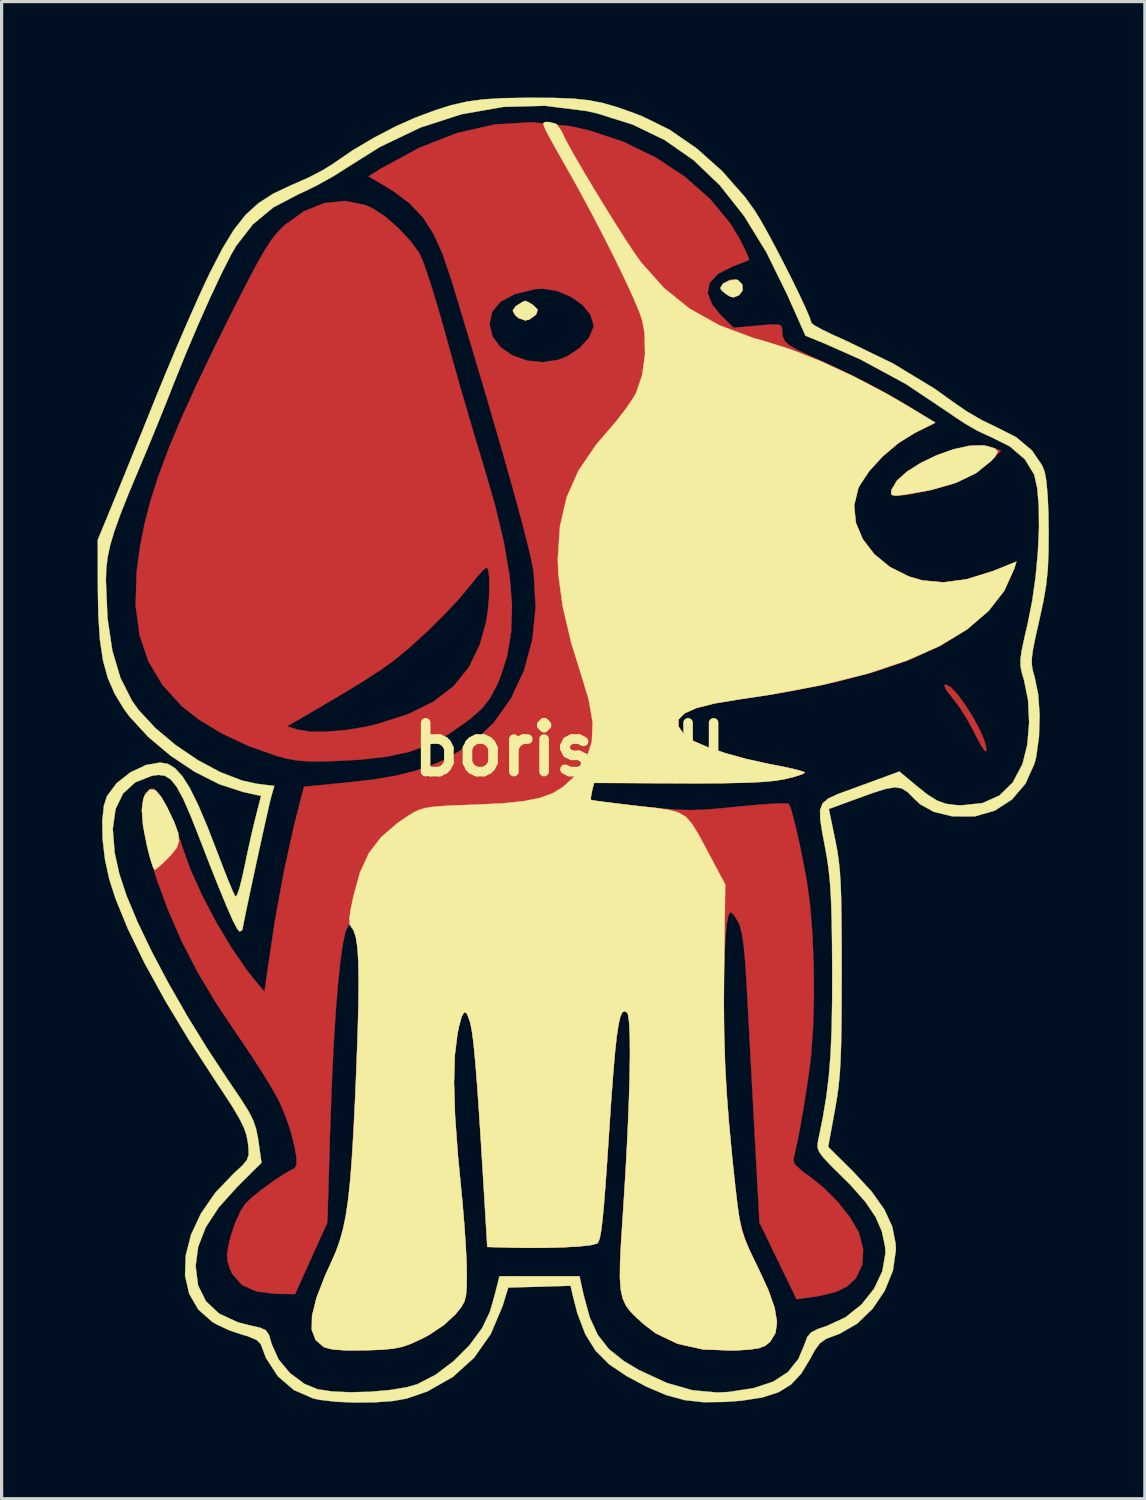
<source format=kicad_pcb>
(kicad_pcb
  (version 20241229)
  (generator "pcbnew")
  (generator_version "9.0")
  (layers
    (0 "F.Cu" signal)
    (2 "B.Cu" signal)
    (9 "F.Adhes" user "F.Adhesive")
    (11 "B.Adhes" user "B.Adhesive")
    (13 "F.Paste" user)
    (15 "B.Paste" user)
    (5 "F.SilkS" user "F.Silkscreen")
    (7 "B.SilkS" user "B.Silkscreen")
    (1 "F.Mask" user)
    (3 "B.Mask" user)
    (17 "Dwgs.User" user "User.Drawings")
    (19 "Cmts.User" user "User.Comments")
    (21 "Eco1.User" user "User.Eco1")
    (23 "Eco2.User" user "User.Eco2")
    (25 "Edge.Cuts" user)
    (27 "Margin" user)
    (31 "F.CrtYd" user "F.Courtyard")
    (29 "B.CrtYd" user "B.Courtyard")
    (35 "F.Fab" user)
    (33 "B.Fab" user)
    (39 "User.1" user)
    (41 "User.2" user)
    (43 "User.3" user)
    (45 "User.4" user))
  (footprint "boris all"
    (layer "F.Cu")
    (at 14.788 20.374)
    (property "Reference" "boris all" (at 0 0 0) (layer "F.SilkS") (effects (font (size 1.524 1.524) (thickness 0.3))))
    (attr through_hole)
    (fp_poly (pts (xy 5.17 -14.685) (xy 5.339 -14.555) (xy 5.377 -14.369) (xy 5.276 -14.211) (xy 5.224 -14.184) (xy 5.08 -14.134) (xy 4.984 -14.152) (xy 4.829 -14.262) (xy 4.82 -14.269) (xy 4.686 -14.393) (xy 4.715 -14.503) (xy 4.789 -14.584) (xy 5.028 -14.702) (xy 5.17 -14.685)) (stroke (width 0.01) (type solid)) (fill yes) (layer "F.Cu"))
    (fp_poly (pts (xy -1.3 -13.967) (xy -1.166 -13.879) (xy -1.037 -13.749) (xy -1.074 -13.619) (xy -1.108 -13.575) (xy -1.301 -13.438) (xy -1.422 -13.411) (xy -1.632 -13.484) (xy -1.736 -13.575) (xy -1.814 -13.719) (xy -1.729 -13.841) (xy -1.679 -13.879) (xy -1.504 -13.99) (xy -1.422 -14.021) (xy -1.3 -13.967)) (stroke (width 0.01) (type solid)) (fill yes) (layer "F.Cu"))
    (fp_poly (pts (xy 11.878 -1.946) (xy 12.09 -1.719) (xy 12.329 -1.394) (xy 12.565 -1.018) (xy 12.772 -0.635) (xy 12.923 -0.29) (xy 12.99 -0.028) (xy 12.986 0.047) (xy 12.932 0.032) (xy 12.818 -0.135) (xy 12.666 -0.419) (xy 12.632 -0.49) (xy 12.409 -0.907) (xy 12.151 -1.317) (xy 11.938 -1.6) (xy 11.731 -1.867) (xy 11.677 -2.009) (xy 11.718 -2.032) (xy 11.878 -1.946)) (stroke (width 0.01) (type solid)) (fill yes) (layer "F.Cu"))
    (fp_poly (pts (xy 13.147 -9.453) (xy 13.443 -9.34) (xy 13.147 -9.029) (xy 12.629 -8.622) (xy 11.934 -8.3) (xy 11.149 -8.085) (xy 10.645 -7.986) (xy 10.309 -7.936) (xy 10.113 -7.937) (xy 10.026 -7.989) (xy 10.021 -8.094) (xy 10.029 -8.129) (xy 10.195 -8.413) (xy 10.518 -8.699) (xy 10.953 -8.969) (xy 11.456 -9.204) (xy 11.981 -9.384) (xy 12.484 -9.49) (xy 12.92 -9.503) (xy 13.147 -9.453)) (stroke (width 0.01) (type solid)) (fill yes) (layer "F.Cu"))
    (fp_poly (pts (xy -6.438 -17.021) (xy -6.184 -16.909) (xy -5.793 -16.65) (xy -5.372 -16.28) (xy -4.989 -15.868) (xy -4.727 -15.5) (xy -4.629 -15.277) (xy -4.492 -14.895) (xy -4.328 -14.389) (xy -4.149 -13.796) (xy -3.966 -13.154) (xy -3.925 -13.005) (xy -3.704 -12.206) (xy -3.449 -11.308) (xy -3.182 -10.39) (xy -2.926 -9.529) (xy -2.753 -8.965) (xy -2.368 -7.637) (xy -2.088 -6.462) (xy -1.912 -5.423) (xy -1.838 -4.498) (xy -1.865 -3.668) (xy -1.993 -2.914) (xy -2.219 -2.217) (xy -2.324 -1.976) (xy -2.533 -1.59) (xy -2.781 -1.279) (xy -3.13 -0.971) (xy -3.262 -0.868) (xy -3.857 -0.459) (xy -4.441 -0.149) (xy -5.06 0.074) (xy -5.76 0.225) (xy -6.587 0.317) (xy -7.197 0.352) (xy -7.777 0.371) (xy -8.213 0.369) (xy -8.56 0.341) (xy -8.878 0.283) (xy -9.195 0.198) (xy -10.059 -0.106) (xy -10.885 -0.493) (xy -11.273 -0.726) (xy -8.873 -0.726) (xy -8.526 -0.62) (xy -8.143 -0.559) (xy -7.623 -0.558) (xy -7.023 -0.61) (xy -6.401 -0.713) (xy -6.043 -0.797) (xy -5.078 -1.108) (xy -4.292 -1.496) (xy -3.669 -1.974) (xy -3.193 -2.557) (xy -2.85 -3.259) (xy -2.655 -3.945) (xy -2.595 -4.311) (xy -2.557 -4.714) (xy -2.543 -5.102) (xy -2.553 -5.427) (xy -2.587 -5.637) (xy -2.629 -5.69) (xy -2.732 -5.614) (xy -2.913 -5.417) (xy -3.122 -5.156) (xy -3.485 -4.719) (xy -3.96 -4.212) (xy -4.492 -3.687) (xy -5.029 -3.197) (xy -5.518 -2.792) (xy -5.588 -2.739) (xy -5.957 -2.478) (xy -6.441 -2.164) (xy -7.058 -1.786) (xy -7.826 -1.331) (xy -8.424 -0.984) (xy -8.873 -0.726) (xy -11.273 -0.726) (xy -11.618 -0.933) (xy -12.166 -1.364) (xy -12.764 -2.024) (xy -13.199 -2.756) (xy -13.476 -3.575) (xy -13.599 -4.495) (xy -13.57 -5.533) (xy -13.459 -6.362) (xy -13.317 -7.069) (xy -13.126 -7.799) (xy -12.878 -8.573) (xy -12.563 -9.414) (xy -12.174 -10.345) (xy -11.702 -11.387) (xy -11.137 -12.564) (xy -10.67 -13.506) (xy -10.29 -14.256) (xy -9.984 -14.849) (xy -9.736 -15.308) (xy -9.533 -15.657) (xy -9.359 -15.922) (xy -9.199 -16.128) (xy -9.038 -16.298) (xy -8.939 -16.391) (xy -8.335 -16.824) (xy -7.7 -17.077) (xy -7.06 -17.144) (xy -6.438 -17.021)) (stroke (width 0.01) (type solid)) (fill yes) (layer "F.Cu"))
    (fp_poly (pts (xy -0.036 -19.483) (xy 0.572 -19.349) (xy 1.649 -18.99) (xy 2.657 -18.5) (xy 3.567 -17.898) (xy 4.351 -17.207) (xy 4.981 -16.445) (xy 5.269 -15.969) (xy 5.43 -15.652) (xy 5.539 -15.415) (xy 5.574 -15.304) (xy 5.572 -15.302) (xy 5.465 -15.255) (xy 5.229 -15.163) (xy 5.054 -15.097) (xy 4.599 -14.866) (xy 4.34 -14.587) (xy 4.278 -14.265) (xy 4.416 -13.906) (xy 4.675 -13.589) (xy 5.084 -13.18) (xy 5.844 -13.249) (xy 6.23 -13.281) (xy 6.457 -13.285) (xy 6.567 -13.25) (xy 6.602 -13.168) (xy 6.606 -13.085) (xy 6.621 -12.907) (xy 6.687 -12.764) (xy 6.833 -12.63) (xy 7.092 -12.482) (xy 7.495 -12.294) (xy 7.722 -12.194) (xy 8.472 -11.848) (xy 9.242 -11.463) (xy 9.973 -11.07) (xy 10.606 -10.701) (xy 10.894 -10.516) (xy 11.375 -10.195) (xy 10.753 -9.898) (xy 10.277 -9.608) (xy 9.799 -9.212) (xy 9.375 -8.763) (xy 9.06 -8.317) (xy 8.98 -8.157) (xy 8.853 -7.625) (xy 8.908 -7.087) (xy 9.125 -6.57) (xy 9.485 -6.101) (xy 9.971 -5.706) (xy 10.562 -5.413) (xy 10.998 -5.288) (xy 11.65 -5.229) (xy 12.355 -5.317) (xy 13.146 -5.559) (xy 13.316 -5.625) (xy 13.926 -5.872) (xy 13.859 -5.654) (xy 13.543 -4.968) (xy 13.04 -4.327) (xy 12.36 -3.742) (xy 11.516 -3.227) (xy 11.499 -3.218) (xy 10.583 -2.805) (xy 9.529 -2.439) (xy 8.322 -2.117) (xy 6.946 -1.834) (xy 5.386 -1.586) (xy 5.26 -1.569) (xy 4.494 -1.442) (xy 3.926 -1.297) (xy 3.552 -1.131) (xy 3.366 -0.939) (xy 3.364 -0.72) (xy 3.541 -0.47) (xy 3.581 -0.431) (xy 3.848 -0.259) (xy 4.278 -0.073) (xy 4.835 0.116) (xy 5.479 0.293) (xy 6.174 0.448) (xy 6.328 0.477) (xy 6.745 0.559) (xy 7.075 0.636) (xy 7.275 0.696) (xy 7.315 0.722) (xy 7.224 0.774) (xy 6.987 0.85) (xy 6.68 0.926) (xy 6.383 0.975) (xy 5.98 1.012) (xy 5.448 1.037) (xy 4.766 1.051) (xy 3.915 1.056) (xy 3.386 1.054) (xy 0.727 1.042) (xy 0.663 1.295) (xy 0.626 1.494) (xy 0.63 1.576) (xy 0.736 1.596) (xy 1.009 1.634) (xy 1.412 1.684) (xy 1.909 1.742) (xy 2.184 1.773) (xy 2.81 1.84) (xy 3.303 1.879) (xy 3.731 1.893) (xy 4.163 1.879) (xy 4.666 1.84) (xy 5.227 1.784) (xy 5.761 1.733) (xy 6.223 1.699) (xy 6.574 1.684) (xy 6.779 1.69) (xy 6.814 1.701) (xy 6.877 1.848) (xy 6.966 2.161) (xy 7.073 2.605) (xy 7.19 3.147) (xy 7.309 3.751) (xy 7.376 4.115) (xy 7.478 4.869) (xy 7.55 5.763) (xy 7.59 6.738) (xy 7.598 7.734) (xy 7.571 8.689) (xy 7.51 9.545) (xy 7.474 9.855) (xy 7.38 10.519) (xy 7.275 11.187) (xy 7.166 11.811) (xy 7.063 12.342) (xy 6.974 12.733) (xy 6.952 12.811) (xy 7.003 12.966) (xy 7.234 13.182) (xy 7.462 13.344) (xy 7.909 13.698) (xy 8.349 14.145) (xy 8.727 14.624) (xy 8.989 15.07) (xy 9.006 15.11) (xy 9.138 15.622) (xy 9.106 16.107) (xy 8.913 16.513) (xy 8.887 16.546) (xy 8.625 16.784) (xy 8.279 16.952) (xy 7.8 17.07) (xy 7.516 17.114) (xy 7.057 17.176) (xy 6.477 15.979) (xy 5.897 14.783) (xy 5.743 11.938) (xy 5.697 11.085) (xy 5.649 10.196) (xy 5.602 9.321) (xy 5.558 8.512) (xy 5.521 7.818) (xy 5.499 7.411) (xy 5.455 6.687) (xy 5.405 6.143) (xy 5.348 5.752) (xy 5.28 5.49) (xy 5.242 5.404) (xy 5.111 5.19) (xy 5.003 5.083) (xy 4.991 5.08) (xy 4.927 5.177) (xy 4.874 5.452) (xy 4.833 5.879) (xy 4.804 6.434) (xy 4.787 7.09) (xy 4.782 7.823) (xy 4.79 8.608) (xy 4.811 9.419) (xy 4.846 10.23) (xy 4.893 11.017) (xy 4.928 11.462) (xy 5.008 12.397) (xy 5.078 13.157) (xy 5.142 13.77) (xy 5.206 14.264) (xy 5.276 14.667) (xy 5.356 15.006) (xy 5.453 15.31) (xy 5.572 15.605) (xy 5.718 15.921) (xy 5.861 16.21) (xy 6.178 16.901) (xy 6.371 17.455) (xy 6.443 17.892) (xy 6.396 18.234) (xy 6.234 18.5) (xy 6.211 18.523) (xy 6.072 18.634) (xy 5.889 18.705) (xy 5.612 18.749) (xy 5.193 18.776) (xy 5.078 18.781) (xy 4.142 18.748) (xy 3.34 18.571) (xy 2.658 18.245) (xy 2.299 17.974) (xy 2.053 17.754) (xy 1.86 17.561) (xy 1.717 17.367) (xy 1.618 17.146) (xy 1.559 16.869) (xy 1.534 16.51) (xy 1.538 16.041) (xy 1.568 15.435) (xy 1.617 14.665) (xy 1.641 14.301) (xy 1.712 13.162) (xy 1.769 12.1) (xy 1.811 11.131) (xy 1.838 10.273) (xy 1.849 9.541) (xy 1.844 8.954) (xy 1.823 8.526) (xy 1.786 8.276) (xy 1.76 8.222) (xy 1.681 8.174) (xy 1.612 8.21) (xy 1.549 8.345) (xy 1.491 8.594) (xy 1.435 8.972) (xy 1.379 9.493) (xy 1.321 10.175) (xy 1.259 11.03) (xy 1.198 11.942) (xy 1.135 12.888) (xy 1.082 13.65) (xy 1.034 14.248) (xy 0.992 14.7) (xy 0.952 15.026) (xy 0.912 15.244) (xy 0.871 15.374) (xy 0.826 15.435) (xy 0.819 15.439) (xy 0.625 15.487) (xy 0.266 15.527) (xy -0.219 15.555) (xy -0.793 15.571) (xy -1.417 15.573) (xy -1.788 15.566) (xy -2.612 15.545) (xy -2.735 13.487) (xy -2.805 12.347) (xy -2.866 11.393) (xy -2.92 10.606) (xy -2.968 9.97) (xy -3.012 9.467) (xy -3.053 9.08) (xy -3.092 8.79) (xy -3.132 8.582) (xy -3.154 8.497) (xy -3.243 8.259) (xy -3.325 8.202) (xy -3.407 8.332) (xy -3.495 8.656) (xy -3.542 8.882) (xy -3.625 9.554) (xy -3.65 10.412) (xy -3.617 11.46) (xy -3.527 12.699) (xy -3.453 13.461) (xy -3.387 14.144) (xy -3.33 14.831) (xy -3.286 15.467) (xy -3.259 15.998) (xy -3.251 16.313) (xy -3.254 16.753) (xy -3.274 17.047) (xy -3.325 17.252) (xy -3.424 17.426) (xy -3.585 17.626) (xy -3.611 17.656) (xy -3.954 17.974) (xy -4.41 18.282) (xy -4.649 18.41) (xy -4.98 18.564) (xy -5.261 18.664) (xy -5.559 18.724) (xy -5.937 18.757) (xy -6.397 18.774) (xy -7.008 18.778) (xy -7.435 18.748) (xy -7.696 18.683) (xy -7.718 18.672) (xy -7.97 18.456) (xy -8.094 18.137) (xy -8.087 17.702) (xy -7.949 17.141) (xy -7.679 16.444) (xy -7.502 16.056) (xy -7.296 15.592) (xy -7.153 15.179) (xy -7.051 14.737) (xy -6.969 14.187) (xy -6.954 14.072) (xy -6.91 13.635) (xy -6.865 13.057) (xy -6.82 12.367) (xy -6.778 11.597) (xy -6.738 10.778) (xy -6.702 9.942) (xy -6.672 9.119) (xy -6.648 8.34) (xy -6.632 7.638) (xy -6.625 7.042) (xy -6.629 6.585) (xy -6.644 6.297) (xy -6.646 6.285) (xy -6.715 5.886) (xy -6.802 5.608) (xy -6.895 5.483) (xy -6.953 5.497) (xy -7.038 5.682) (xy -7.121 6.056) (xy -7.201 6.608) (xy -7.276 7.322) (xy -7.346 8.186) (xy -7.409 9.187) (xy -7.464 10.311) (xy -7.51 11.546) (xy -7.516 11.735) (xy -7.608 14.783) (xy -8.113 15.9) (xy -8.618 17.018) (xy -9.225 17.009) (xy -9.825 16.936) (xy -10.272 16.734) (xy -10.572 16.399) (xy -10.655 16.224) (xy -10.727 15.994) (xy -10.744 15.779) (xy -10.701 15.507) (xy -10.618 15.179) (xy -10.483 14.78) (xy -10.313 14.414) (xy -10.173 14.198) (xy -9.972 14.004) (xy -9.666 13.757) (xy -9.312 13.499) (xy -8.971 13.271) (xy -8.7 13.117) (xy -8.624 13.085) (xy -8.568 12.968) (xy -8.579 12.705) (xy -8.647 12.339) (xy -8.76 11.914) (xy -8.909 11.473) (xy -9.083 11.057) (xy -9.135 10.952) (xy -9.337 10.589) (xy -9.623 10.119) (xy -9.96 9.594) (xy -10.311 9.072) (xy -10.389 8.961) (xy -11.083 7.926) (xy -11.657 6.966) (xy -12.144 6.023) (xy -12.575 5.037) (xy -12.609 4.951) (xy -12.926 4.095) (xy -13.164 3.319) (xy -13.321 2.641) (xy -13.396 2.076) (xy -13.386 1.641) (xy -13.29 1.351) (xy -13.106 1.224) (xy -13.051 1.219) (xy -12.931 1.309) (xy -12.768 1.552) (xy -12.581 1.909) (xy -12.391 2.34) (xy -12.217 2.804) (xy -12.139 3.048) (xy -11.879 3.77) (xy -11.512 4.579) (xy -11.073 5.414) (xy -10.595 6.212) (xy -10.11 6.913) (xy -9.871 7.214) (xy -9.571 7.569) (xy -9.502 7.061) (xy -9.247 5.356) (xy -8.964 3.805) (xy -8.645 2.36) (xy -8.431 1.521) (xy -8.335 1.161) (xy -7.038 1.036) (xy -6.174 0.938) (xy -5.462 0.818) (xy -4.85 0.665) (xy -4.286 0.467) (xy -3.861 0.279) (xy -3.076 -0.203) (xy -2.408 -0.835) (xy -1.867 -1.598) (xy -1.461 -2.47) (xy -1.202 -3.428) (xy -1.098 -4.453) (xy -1.16 -5.521) (xy -1.174 -5.621) (xy -1.244 -5.979) (xy -1.374 -6.521) (xy -1.56 -7.236) (xy -1.8 -8.114) (xy -2.091 -9.145) (xy -2.43 -10.318) (xy -2.814 -11.625) (xy -3.241 -13.054) (xy -3.315 -13.3) (xy -2.54 -13.3) (xy -2.447 -12.905) (xy -2.196 -12.572) (xy -1.825 -12.317) (xy -1.373 -12.156) (xy -0.881 -12.104) (xy -0.386 -12.18) (xy -0.107 -12.291) (xy 0.284 -12.553) (xy 0.567 -12.866) (xy 0.704 -13.185) (xy 0.711 -13.265) (xy 0.617 -13.59) (xy 0.366 -13.895) (xy 0.003 -14.151) (xy -0.425 -14.33) (xy -0.874 -14.403) (xy -1.118 -14.388) (xy -1.749 -14.233) (xy -2.194 -13.998) (xy -2.457 -13.682) (xy -2.54 -13.3) (xy -3.315 -13.3) (xy -3.706 -14.595) (xy -3.733 -14.681) (xy -4.003 -15.481) (xy -4.289 -16.117) (xy -4.619 -16.628) (xy -5.02 -17.054) (xy -5.522 -17.434) (xy -5.849 -17.637) (xy -6.321 -17.914) (xy -5.929 -18.156) (xy -4.723 -18.812) (xy -3.543 -19.27) (xy -2.377 -19.534) (xy -1.212 -19.604) (xy -0.036 -19.483)) (stroke (width 0.01) (type solid)) (fill yes) (layer "F.Cu"))
    (fp_poly (pts (xy 13.093 -2.593) (xy 13.277 -2.37) (xy 13.381 -2.222) (xy 13.593 -1.76) (xy 13.669 -1.259) (xy 13.624 -0.751) (xy 13.473 -0.268) (xy 13.234 0.157) (xy 12.922 0.494) (xy 12.553 0.708) (xy 12.142 0.77) (xy 11.912 0.728) (xy 11.65 0.593) (xy 11.327 0.344) (xy 10.978 0.019) (xy 10.641 -0.341) (xy 10.351 -0.699) (xy 10.145 -1.013) (xy 10.06 -1.246) (xy 10.06 -1.262) (xy 10.149 -1.347) (xy 10.384 -1.475) (xy 10.721 -1.624) (xy 10.838 -1.67) (xy 11.615 -1.969) (xy 11.909 -1.619) (xy 12.1 -1.354) (xy 12.328 -0.98) (xy 12.548 -0.574) (xy 12.568 -0.533) (xy 12.771 -0.149) (xy 12.928 0.099) (xy 13.027 0.2) (xy 13.058 0.143) (xy 13.011 -0.076) (xy 12.762 -0.735) (xy 12.398 -1.343) (xy 12.21 -1.593) (xy 11.792 -2.12) (xy 12.308 -2.438) (xy 12.607 -2.6) (xy 12.85 -2.694) (xy 12.961 -2.704) (xy 13.093 -2.593)) (stroke (width 0.01) (type solid)) (fill yes) (layer "F.Mask"))
    (fp_poly (pts (xy 0.175 -19.464) (xy 0.625 -19.348) (xy 1.153 -19.175) (xy 1.708 -18.963) (xy 2.239 -18.73) (xy 2.485 -18.608) (xy 3.247 -18.139) (xy 3.971 -17.558) (xy 4.608 -16.91) (xy 5.113 -16.239) (xy 5.269 -15.969) (xy 5.43 -15.652) (xy 5.539 -15.415) (xy 5.574 -15.304) (xy 5.572 -15.302) (xy 5.465 -15.255) (xy 5.229 -15.163) (xy 5.054 -15.097) (xy 4.599 -14.866) (xy 4.34 -14.587) (xy 4.278 -14.265) (xy 4.416 -13.906) (xy 4.675 -13.589) (xy 5.084 -13.18) (xy 5.844 -13.249) (xy 6.604 -13.318) (xy 6.604 -13.009) (xy 6.594 -12.835) (xy 6.538 -12.742) (xy 6.397 -12.724) (xy 6.131 -12.773) (xy 5.791 -12.86) (xy 5.432 -12.976) (xy 4.978 -13.154) (xy 4.514 -13.359) (xy 4.406 -13.411) (xy 3.858 -13.72) (xy 3.342 -14.103) (xy 2.839 -14.581) (xy 2.33 -15.175) (xy 1.796 -15.906) (xy 1.219 -16.795) (xy 0.893 -17.331) (xy 0.493 -18.001) (xy 0.188 -18.518) (xy -0.031 -18.901) (xy -0.174 -19.17) (xy -0.25 -19.345) (xy -0.269 -19.446) (xy -0.24 -19.493) (xy -0.173 -19.507) (xy -0.144 -19.507) (xy 0.175 -19.464)) (stroke (width 0.01) (type solid)) (fill yes) (layer "F.Mask"))
    (fp_poly (pts (xy -6.714 -17.099) (xy -6.137 -16.869) (xy -5.548 -16.447) (xy -5.417 -16.329) (xy -5.167 -16.083) (xy -4.957 -15.829) (xy -4.773 -15.539) (xy -4.603 -15.183) (xy -4.432 -14.731) (xy -4.25 -14.156) (xy -4.041 -13.426) (xy -3.917 -12.975) (xy -3.696 -12.175) (xy -3.442 -11.28) (xy -3.176 -10.365) (xy -2.921 -9.508) (xy -2.74 -8.914) (xy -2.348 -7.549) (xy -2.068 -6.336) (xy -1.9 -5.257) (xy -1.843 -4.296) (xy -1.896 -3.436) (xy -2.058 -2.659) (xy -2.328 -1.949) (xy -2.383 -1.839) (xy -2.631 -1.48) (xy -3.014 -1.084) (xy -3.479 -0.695) (xy -3.975 -0.36) (xy -4.174 -0.249) (xy -4.735 -0.027) (xy -5.456 0.153) (xy -6.297 0.283) (xy -7.2 0.353) (xy -7.762 0.372) (xy -8.179 0.372) (xy -8.512 0.347) (xy -8.818 0.291) (xy -9.156 0.2) (xy -9.286 0.161) (xy -10.438 -0.267) (xy -11.41 -0.789) (xy -12.204 -1.407) (xy -12.82 -2.121) (xy -13.26 -2.933) (xy -13.524 -3.845) (xy -13.614 -4.857) (xy -13.614 -4.877) (xy -13.578 -5.627) (xy -13.464 -6.424) (xy -13.268 -7.285) (xy -12.985 -8.228) (xy -12.607 -9.267) (xy -12.13 -10.421) (xy -11.549 -11.704) (xy -10.857 -13.135) (xy -10.72 -13.408) (xy -10.267 -14.298) (xy -9.879 -15.021) (xy -9.54 -15.598) (xy -9.234 -16.047) (xy -8.947 -16.39) (xy -8.662 -16.646) (xy -8.365 -16.836) (xy -8.039 -16.978) (xy -7.935 -17.015) (xy -7.306 -17.146) (xy -6.714 -17.099)) (stroke (width 0.01) (type solid)) (fill yes) (layer "F.Mask"))
    (fp_poly (pts (xy 6.801 1.7) (xy 6.819 1.706) (xy 6.879 1.851) (xy 6.967 2.162) (xy 7.074 2.608) (xy 7.192 3.154) (xy 7.315 3.769) (xy 7.389 4.166) (xy 7.499 4.994) (xy 7.564 5.97) (xy 7.585 7.046) (xy 7.563 8.174) (xy 7.5 9.302) (xy 7.399 10.384) (xy 7.26 11.37) (xy 7.116 12.09) (xy 7.016 12.508) (xy 6.97 12.779) (xy 6.993 12.956) (xy 7.098 13.091) (xy 7.301 13.237) (xy 7.466 13.346) (xy 7.91 13.698) (xy 8.348 14.145) (xy 8.726 14.623) (xy 8.988 15.068) (xy 9.006 15.11) (xy 9.138 15.622) (xy 9.106 16.107) (xy 8.913 16.513) (xy 8.887 16.546) (xy 8.625 16.784) (xy 8.279 16.952) (xy 7.8 17.07) (xy 7.516 17.114) (xy 7.057 17.176) (xy 5.896 14.783) (xy 5.742 11.887) (xy 5.697 11.033) (xy 5.65 10.149) (xy 5.604 9.283) (xy 5.562 8.484) (xy 5.526 7.801) (xy 5.503 7.366) (xy 5.468 6.741) (xy 5.433 6.279) (xy 5.392 5.941) (xy 5.339 5.686) (xy 5.265 5.475) (xy 5.166 5.268) (xy 5.148 5.233) (xy 4.996 4.915) (xy 4.898 4.641) (xy 4.876 4.522) (xy 4.823 4.28) (xy 4.678 3.908) (xy 4.461 3.449) (xy 4.19 2.943) (xy 3.998 2.617) (xy 3.823 2.314) (xy 3.708 2.086) (xy 3.676 1.98) (xy 3.677 1.979) (xy 3.796 1.947) (xy 4.073 1.907) (xy 4.464 1.861) (xy 4.927 1.815) (xy 5.418 1.772) (xy 5.894 1.735) (xy 6.311 1.708) (xy 6.628 1.695) (xy 6.801 1.7)) (stroke (width 0.01) (type solid)) (fill yes) (layer "F.Mask"))
    (fp_poly (pts (xy 0.083 -17.755) (xy 0.443 -17.096) (xy 0.814 -16.403) (xy 1.168 -15.727) (xy 1.477 -15.124) (xy 1.695 -14.681) (xy 1.932 -14.183) (xy 2.094 -13.817) (xy 2.196 -13.531) (xy 2.251 -13.275) (xy 2.275 -12.996) (xy 2.279 -12.644) (xy 2.279 -12.548) (xy 2.254 -11.982) (xy 2.163 -11.503) (xy 1.985 -11.062) (xy 1.699 -10.611) (xy 1.283 -10.102) (xy 1.075 -9.872) (xy 0.436 -9.074) (xy -0.018 -8.262) (xy -0.299 -7.399) (xy -0.424 -6.445) (xy -0.434 -6.045) (xy -0.422 -5.525) (xy -0.382 -5.043) (xy -0.304 -4.554) (xy -0.181 -4.014) (xy -0.003 -3.38) (xy 0.24 -2.606) (xy 0.275 -2.495) (xy 0.49 -1.796) (xy 0.625 -1.24) (xy 0.682 -0.788) (xy 0.662 -0.398) (xy 0.567 -0.027) (xy 0.399 0.366) (xy 0.384 0.397) (xy 0.096 0.827) (xy -0.304 1.165) (xy -0.832 1.419) (xy -1.504 1.593) (xy -2.338 1.693) (xy -3.332 1.725) (xy -3.856 1.728) (xy -4.225 1.739) (xy -4.486 1.769) (xy -4.687 1.827) (xy -4.876 1.921) (xy -5.1 2.061) (xy -5.11 2.068) (xy -5.604 2.418) (xy -5.992 2.777) (xy -6.295 3.184) (xy -6.535 3.675) (xy -6.732 4.288) (xy -6.91 5.058) (xy -6.946 5.241) (xy -7.067 5.891) (xy -7.167 6.502) (xy -7.25 7.106) (xy -7.318 7.736) (xy -7.374 8.423) (xy -7.421 9.202) (xy -7.462 10.104) (xy -7.5 11.163) (xy -7.516 11.675) (xy -7.611 14.783) (xy -8.613 17.018) (xy -9.057 17.041) (xy -9.442 17.022) (xy -9.822 16.946) (xy -9.882 16.926) (xy -10.256 16.762) (xy -10.488 16.569) (xy -10.635 16.292) (xy -10.681 16.153) (xy -10.734 15.91) (xy -10.73 15.664) (xy -10.663 15.345) (xy -10.58 15.06) (xy -10.381 14.55) (xy -10.104 14.134) (xy -9.711 13.769) (xy -9.165 13.411) (xy -9.057 13.35) (xy -8.531 13.056) (xy -8.596 12.598) (xy -8.678 12.144) (xy -8.797 11.713) (xy -8.97 11.274) (xy -9.211 10.795) (xy -9.535 10.246) (xy -9.959 9.596) (xy -10.397 8.958) (xy -11.215 7.712) (xy -11.89 6.524) (xy -12.449 5.345) (xy -12.656 4.84) (xy -13.048 3.838) (xy -12.672 3.494) (xy -12.439 3.295) (xy -12.261 3.171) (xy -12.207 3.15) (xy -12.124 3.236) (xy -12.008 3.458) (xy -11.937 3.632) (xy -11.609 4.398) (xy -11.189 5.218) (xy -10.714 6.028) (xy -10.225 6.758) (xy -9.871 7.214) (xy -9.571 7.569) (xy -9.502 7.061) (xy -9.252 5.386) (xy -8.975 3.862) (xy -8.664 2.439) (xy -8.425 1.499) (xy -8.352 1.268) (xy -8.25 1.156) (xy -8.055 1.119) (xy -7.845 1.116) (xy -7.349 1.089) (xy -6.73 1.02) (xy -6.059 0.919) (xy -5.41 0.799) (xy -4.854 0.67) (xy -4.666 0.616) (xy -3.807 0.258) (xy -3.028 -0.248) (xy -2.367 -0.872) (xy -1.859 -1.584) (xy -1.783 -1.727) (xy -1.356 -2.789) (xy -1.129 -3.888) (xy -1.103 -5.017) (xy -1.174 -5.649) (xy -1.238 -5.965) (xy -1.353 -6.442) (xy -1.512 -7.054) (xy -1.707 -7.777) (xy -1.931 -8.587) (xy -2.177 -9.458) (xy -2.439 -10.367) (xy -2.707 -11.289) (xy -2.977 -12.199) (xy -3.24 -13.073) (xy -3.32 -13.335) (xy -2.524 -13.335) (xy -2.447 -12.952) (xy -2.227 -12.617) (xy -1.894 -12.35) (xy -1.478 -12.168) (xy -1.009 -12.092) (xy -0.517 -12.14) (xy -0.107 -12.291) (xy 0.284 -12.553) (xy 0.567 -12.866) (xy 0.704 -13.185) (xy 0.711 -13.265) (xy 0.621 -13.562) (xy 0.382 -13.868) (xy 0.038 -14.136) (xy -0.253 -14.28) (xy -0.705 -14.381) (xy -1.197 -14.376) (xy -1.673 -14.278) (xy -2.08 -14.1) (xy -2.364 -13.856) (xy -2.429 -13.748) (xy -2.524 -13.335) (xy -3.32 -13.335) (xy -3.488 -13.886) (xy -3.716 -14.614) (xy -3.916 -15.233) (xy -4.08 -15.717) (xy -4.202 -16.042) (xy -4.246 -16.139) (xy -4.457 -16.445) (xy -4.788 -16.805) (xy -5.184 -17.17) (xy -5.591 -17.488) (xy -5.925 -17.695) (xy -6.336 -17.905) (xy -5.937 -18.152) (xy -4.979 -18.68) (xy -4.002 -19.103) (xy -3.047 -19.406) (xy -2.153 -19.576) (xy -1.625 -19.609) (xy -0.945 -19.609) (xy 0.083 -17.755)) (stroke (width 0.01) (type solid)) (fill yes) (layer "F.Mask"))
    (fp_poly (pts (xy 5.225 -14.67) (xy 5.361 -14.532) (xy 5.366 -14.339) (xy 5.241 -14.191) (xy 5.224 -14.184) (xy 5.087 -14.135) (xy 4.995 -14.15) (xy 4.851 -14.232) (xy 4.705 -14.358) (xy 4.674 -14.429) (xy 4.76 -14.558) (xy 4.955 -14.657) (xy 5.168 -14.684) (xy 5.225 -14.67)) (stroke (width 0.01) (type solid)) (fill yes) (layer "F.SilkS"))
    (fp_poly (pts (xy -1.3 -13.967) (xy -1.166 -13.879) (xy -1.037 -13.749) (xy -1.074 -13.619) (xy -1.108 -13.575) (xy -1.301 -13.438) (xy -1.422 -13.411) (xy -1.632 -13.484) (xy -1.736 -13.575) (xy -1.814 -13.719) (xy -1.729 -13.841) (xy -1.679 -13.879) (xy -1.504 -13.99) (xy -1.422 -14.021) (xy -1.3 -13.967)) (stroke (width 0.01) (type solid)) (fill yes) (layer "F.SilkS"))
    (fp_poly (pts (xy 12.986 -9.486) (xy 13.259 -9.405) (xy 13.346 -9.31) (xy 13.262 -9.156) (xy 13.14 -9.022) (xy 12.668 -8.641) (xy 12.043 -8.338) (xy 11.25 -8.109) (xy 10.446 -7.968) (xy 10.161 -7.936) (xy 10.031 -7.954) (xy 10.009 -8.037) (xy 10.027 -8.119) (xy 10.189 -8.397) (xy 10.508 -8.683) (xy 10.938 -8.956) (xy 11.435 -9.195) (xy 11.952 -9.381) (xy 12.445 -9.491) (xy 12.869 -9.506) (xy 12.986 -9.486)) (stroke (width 0.01) (type solid)) (fill yes) (layer "F.SilkS"))
    (fp_poly (pts (xy -12.992 1.265) (xy -12.8 1.476) (xy -12.614 1.803) (xy -12.391 2.271) (xy -12.268 2.607) (xy -12.243 2.857) (xy -12.314 3.067) (xy -12.48 3.282) (xy -12.562 3.368) (xy -12.786 3.586) (xy -12.952 3.728) (xy -13.007 3.759) (xy -13.058 3.668) (xy -13.137 3.427) (xy -13.227 3.085) (xy -13.242 3.023) (xy -13.368 2.375) (xy -13.406 1.886) (xy -13.355 1.532) (xy -13.306 1.416) (xy -13.158 1.246) (xy -12.992 1.265)) (stroke (width 0.01) (type solid)) (fill yes) (layer "F.SilkS"))
    (fp_poly (pts (xy -0.665 -19.609) (xy -0.453 -19.551) (xy -0.302 -19.348) (xy -0.27 -19.279) (xy -0.145 -19.024) (xy 0.069 -18.636) (xy 0.349 -18.151) (xy 0.674 -17.606) (xy 1.02 -17.036) (xy 1.366 -16.479) (xy 1.689 -15.971) (xy 1.967 -15.549) (xy 2.178 -15.25) (xy 2.198 -15.223) (xy 2.913 -14.422) (xy 3.718 -13.773) (xy 4.642 -13.258) (xy 5.709 -12.86) (xy 6.045 -12.766) (xy 6.884 -12.501) (xy 7.825 -12.129) (xy 8.815 -11.672) (xy 9.803 -11.155) (xy 10.297 -10.871) (xy 11.391 -10.219) (xy 10.736 -9.889) (xy 10.226 -9.569) (xy 9.732 -9.149) (xy 9.309 -8.683) (xy 9.013 -8.225) (xy 8.982 -8.157) (xy 8.854 -7.627) (xy 8.907 -7.091) (xy 9.124 -6.573) (xy 9.485 -6.103) (xy 9.971 -5.705) (xy 10.564 -5.407) (xy 10.977 -5.285) (xy 11.633 -5.223) (xy 12.361 -5.318) (xy 13.183 -5.573) (xy 13.316 -5.625) (xy 13.926 -5.872) (xy 13.859 -5.654) (xy 13.548 -4.963) (xy 13.058 -4.332) (xy 12.388 -3.758) (xy 11.534 -3.241) (xy 10.494 -2.779) (xy 9.266 -2.371) (xy 7.847 -2.017) (xy 6.235 -1.714) (xy 5.26 -1.569) (xy 4.494 -1.442) (xy 3.926 -1.297) (xy 3.552 -1.131) (xy 3.366 -0.939) (xy 3.364 -0.72) (xy 3.541 -0.47) (xy 3.581 -0.431) (xy 3.848 -0.259) (xy 4.278 -0.073) (xy 4.835 0.116) (xy 5.479 0.293) (xy 6.174 0.448) (xy 6.328 0.477) (xy 6.745 0.559) (xy 7.075 0.636) (xy 7.275 0.696) (xy 7.315 0.722) (xy 7.224 0.774) (xy 6.987 0.85) (xy 6.68 0.926) (xy 6.383 0.975) (xy 5.98 1.012) (xy 5.448 1.037) (xy 4.766 1.051) (xy 3.915 1.056) (xy 3.386 1.054) (xy 0.727 1.042) (xy 0.663 1.295) (xy 0.626 1.494) (xy 0.63 1.575) (xy 0.736 1.596) (xy 1.008 1.633) (xy 1.407 1.684) (xy 1.896 1.742) (xy 2.08 1.763) (xy 2.656 1.827) (xy 3.073 1.887) (xy 3.374 1.972) (xy 3.6 2.108) (xy 3.791 2.326) (xy 3.991 2.652) (xy 4.239 3.115) (xy 4.338 3.302) (xy 4.826 4.216) (xy 4.791 6.862) (xy 4.783 7.938) (xy 4.791 8.905) (xy 4.819 9.815) (xy 4.869 10.724) (xy 4.943 11.684) (xy 5.045 12.75) (xy 5.143 13.664) (xy 5.209 14.236) (xy 5.27 14.663) (xy 5.342 15.003) (xy 5.443 15.312) (xy 5.587 15.65) (xy 5.791 16.071) (xy 5.859 16.21) (xy 6.177 16.9) (xy 6.371 17.454) (xy 6.443 17.891) (xy 6.396 18.232) (xy 6.235 18.498) (xy 6.211 18.523) (xy 6.072 18.634) (xy 5.889 18.705) (xy 5.612 18.749) (xy 5.193 18.776) (xy 5.078 18.781) (xy 4.142 18.748) (xy 3.34 18.571) (xy 2.658 18.245) (xy 2.299 17.974) (xy 2.052 17.753) (xy 1.86 17.56) (xy 1.717 17.365) (xy 1.619 17.142) (xy 1.56 16.864) (xy 1.536 16.501) (xy 1.542 16.027) (xy 1.572 15.415) (xy 1.622 14.636) (xy 1.641 14.355) (xy 1.712 13.208) (xy 1.769 12.139) (xy 1.811 11.163) (xy 1.838 10.299) (xy 1.85 9.563) (xy 1.846 8.97) (xy 1.825 8.537) (xy 1.789 8.282) (xy 1.762 8.224) (xy 1.683 8.175) (xy 1.612 8.21) (xy 1.549 8.343) (xy 1.491 8.59) (xy 1.435 8.965) (xy 1.379 9.484) (xy 1.321 10.162) (xy 1.258 11.014) (xy 1.196 11.943) (xy 1.134 12.891) (xy 1.079 13.654) (xy 1.032 14.252) (xy 0.989 14.705) (xy 0.949 15.031) (xy 0.909 15.249) (xy 0.868 15.378) (xy 0.822 15.437) (xy 0.818 15.439) (xy 0.625 15.488) (xy 0.267 15.527) (xy -0.217 15.555) (xy -0.789 15.571) (xy -1.411 15.573) (xy -1.787 15.566) (xy -2.608 15.545) (xy -2.735 13.437) (xy -2.805 12.296) (xy -2.866 11.342) (xy -2.92 10.555) (xy -2.97 9.92) (xy -3.015 9.419) (xy -3.057 9.034) (xy -3.099 8.748) (xy -3.141 8.544) (xy -3.154 8.497) (xy -3.243 8.259) (xy -3.325 8.202) (xy -3.407 8.332) (xy -3.495 8.656) (xy -3.542 8.882) (xy -3.625 9.554) (xy -3.65 10.412) (xy -3.617 11.46) (xy -3.527 12.699) (xy -3.453 13.461) (xy -3.387 14.144) (xy -3.33 14.831) (xy -3.286 15.467) (xy -3.259 15.998) (xy -3.251 16.313) (xy -3.254 16.753) (xy -3.274 17.047) (xy -3.325 17.252) (xy -3.424 17.426) (xy -3.585 17.626) (xy -3.611 17.656) (xy -3.954 17.974) (xy -4.41 18.282) (xy -4.649 18.41) (xy -4.98 18.564) (xy -5.261 18.664) (xy -5.559 18.724) (xy -5.937 18.757) (xy -6.397 18.774) (xy -7.008 18.778) (xy -7.435 18.748) (xy -7.696 18.683) (xy -7.718 18.672) (xy -7.97 18.456) (xy -8.094 18.137) (xy -8.087 17.702) (xy -7.949 17.141) (xy -7.679 16.444) (xy -7.502 16.056) (xy -7.354 15.721) (xy -7.229 15.377) (xy -7.123 15.002) (xy -7.033 14.574) (xy -6.958 14.071) (xy -6.893 13.471) (xy -6.837 12.752) (xy -6.785 11.891) (xy -6.736 10.868) (xy -6.696 9.902) (xy -6.657 8.812) (xy -6.634 7.908) (xy -6.629 7.175) (xy -6.641 6.599) (xy -6.671 6.163) (xy -6.719 5.852) (xy -6.787 5.651) (xy -6.851 5.562) (xy -6.908 5.463) (xy -6.918 5.289) (xy -6.878 4.999) (xy -6.793 4.586) (xy -6.586 3.836) (xy -6.309 3.237) (xy -5.929 2.74) (xy -5.412 2.295) (xy -5.08 2.07) (xy -4.903 1.961) (xy -4.737 1.883) (xy -4.547 1.827) (xy -4.295 1.789) (xy -3.944 1.761) (xy -3.456 1.739) (xy -2.946 1.721) (xy -2.133 1.681) (xy -1.489 1.616) (xy -0.983 1.517) (xy -0.582 1.374) (xy -0.253 1.177) (xy 0.035 0.916) (xy 0.146 0.792) (xy 0.478 0.3) (xy 0.657 -0.238) (xy 0.683 -0.849) (xy 0.561 -1.558) (xy 0.401 -2.089) (xy 0.009 -3.355) (xy -0.253 -4.476) (xy -0.387 -5.458) (xy -0.406 -5.948) (xy -0.339 -6.976) (xy -0.127 -7.888) (xy 0.245 -8.725) (xy 0.794 -9.528) (xy 1.114 -9.902) (xy 1.444 -10.288) (xy 1.745 -10.681) (xy 1.973 -11.02) (xy 2.045 -11.152) (xy 2.232 -11.707) (xy 2.321 -12.357) (xy 2.305 -13.014) (xy 2.24 -13.387) (xy 2.141 -13.677) (xy 1.957 -14.115) (xy 1.702 -14.67) (xy 1.392 -15.311) (xy 1.041 -16.008) (xy 0.664 -16.733) (xy 0.277 -17.453) (xy -0.03 -18.004) (xy -0.354 -18.575) (xy -0.589 -18.993) (xy -0.745 -19.281) (xy -0.831 -19.463) (xy -0.857 -19.562) (xy -0.831 -19.604) (xy -0.764 -19.612) (xy -0.665 -19.609)) (stroke (width 0.01) (type solid)) (fill yes) (layer "F.SilkS"))
    (fp_poly (pts (xy -0.493 -20.364) (xy 0.084 -20.341) (xy 0.566 -20.29) (xy 1.007 -20.204) (xy 1.461 -20.072) (xy 1.983 -19.886) (xy 2.235 -19.789) (xy 3.088 -19.369) (xy 3.935 -18.785) (xy 4.734 -18.072) (xy 5.443 -17.266) (xy 5.743 -16.851) (xy 5.915 -16.573) (xy 6.135 -16.183) (xy 6.385 -15.718) (xy 6.648 -15.213) (xy 6.906 -14.703) (xy 7.139 -14.226) (xy 7.331 -13.815) (xy 7.463 -13.508) (xy 7.518 -13.34) (xy 7.518 -13.332) (xy 7.606 -13.26) (xy 7.844 -13.129) (xy 8.197 -12.957) (xy 8.611 -12.771) (xy 10.076 -12.061) (xy 11.371 -11.276) (xy 11.954 -10.857) (xy 12.378 -10.566) (xy 12.846 -10.293) (xy 13.264 -10.091) (xy 13.3 -10.076) (xy 13.923 -9.758) (xy 14.409 -9.35) (xy 14.732 -8.877) (xy 14.811 -8.673) (xy 14.862 -8.392) (xy 14.901 -7.951) (xy 14.927 -7.392) (xy 14.935 -6.789) (xy 14.929 -6.132) (xy 14.905 -5.605) (xy 14.855 -5.136) (xy 14.773 -4.65) (xy 14.648 -4.074) (xy 14.639 -4.035) (xy 14.519 -3.502) (xy 14.443 -3.122) (xy 14.407 -2.85) (xy 14.408 -2.641) (xy 14.442 -2.451) (xy 14.496 -2.264) (xy 14.607 -1.725) (xy 14.652 -1.077) (xy 14.632 -0.403) (xy 14.547 0.214) (xy 14.49 0.44) (xy 14.208 1.068) (xy 13.784 1.564) (xy 13.247 1.911) (xy 12.621 2.09) (xy 11.933 2.087) (xy 11.91 2.084) (xy 11.343 1.945) (xy 10.916 1.709) (xy 10.72 1.525) (xy 10.525 1.328) (xy 10.343 1.214) (xy 10.131 1.181) (xy 9.846 1.228) (xy 9.444 1.354) (xy 9.101 1.478) (xy 8.064 1.857) (xy 8.266 2.834) (xy 8.324 3.139) (xy 8.37 3.444) (xy 8.406 3.776) (xy 8.431 4.166) (xy 8.449 4.64) (xy 8.459 5.229) (xy 8.465 5.961) (xy 8.466 6.865) (xy 8.466 6.96) (xy 8.464 7.886) (xy 8.459 8.64) (xy 8.447 9.251) (xy 8.429 9.751) (xy 8.403 10.169) (xy 8.367 10.536) (xy 8.319 10.883) (xy 8.258 11.24) (xy 8.254 11.262) (xy 8.043 12.415) (xy 8.827 13.193) (xy 9.398 13.81) (xy 9.799 14.373) (xy 10.045 14.908) (xy 10.152 15.445) (xy 10.159 15.641) (xy 10.067 16.284) (xy 9.812 16.912) (xy 9.428 17.48) (xy 8.944 17.945) (xy 8.392 18.262) (xy 8.265 18.308) (xy 7.98 18.415) (xy 7.787 18.551) (xy 7.625 18.773) (xy 7.48 19.042) (xy 7.204 19.499) (xy 6.886 19.841) (xy 6.49 20.086) (xy 5.982 20.249) (xy 5.33 20.35) (xy 4.826 20.388) (xy 4.151 20.397) (xy 3.554 20.33) (xy 2.977 20.172) (xy 2.359 19.908) (xy 1.749 19.582) (xy 1.201 19.215) (xy 0.778 18.792) (xy 0.455 18.274) (xy 0.207 17.622) (xy 0.057 17.04) (xy -0.006 16.757) (xy -1.954 16.815) (xy -2.133 17.394) (xy -2.501 18.265) (xy -3.023 19.007) (xy -3.688 19.608) (xy -4.482 20.059) (xy -5.131 20.283) (xy -5.563 20.359) (xy -6.123 20.4) (xy -6.739 20.408) (xy -7.336 20.382) (xy -7.843 20.323) (xy -8.045 20.28) (xy -8.655 20.015) (xy -9.154 19.587) (xy -9.526 19.012) (xy -9.69 18.579) (xy -9.82 18.45) (xy -10.107 18.33) (xy -10.248 18.291) (xy -10.659 18.155) (xy -11.079 17.959) (xy -11.202 17.887) (xy -11.642 17.499) (xy -11.925 17.009) (xy -12.055 16.441) (xy -12.035 15.817) (xy -11.868 15.162) (xy -11.558 14.498) (xy -11.109 13.849) (xy -10.537 13.252) (xy -10.269 13.004) (xy -10.122 12.828) (xy -10.067 12.659) (xy -10.074 12.433) (xy -10.091 12.285) (xy -10.134 12.056) (xy -10.217 11.814) (xy -10.359 11.527) (xy -10.577 11.159) (xy -10.891 10.676) (xy -11.053 10.434) (xy -11.923 9.095) (xy -12.683 7.834) (xy -13.326 6.664) (xy -13.844 5.599) (xy -14.23 4.653) (xy -14.425 4.044) (xy -14.558 3.429) (xy -14.631 2.807) (xy -14.642 2.23) (xy -14.59 1.749) (xy -14.494 1.454) (xy -14.19 1.049) (xy -13.76 0.711) (xy -13.272 0.483) (xy -12.832 0.407) (xy -12.595 0.447) (xy -12.369 0.583) (xy -12.143 0.829) (xy -11.906 1.204) (xy -11.648 1.725) (xy -11.357 2.408) (xy -11.031 3.251) (xy -10.849 3.727) (xy -10.688 4.133) (xy -10.561 4.433) (xy -10.486 4.588) (xy -10.479 4.598) (xy -10.428 4.54) (xy -10.352 4.321) (xy -10.265 3.98) (xy -10.213 3.735) (xy -10.104 3.218) (xy -9.985 2.681) (xy -9.876 2.22) (xy -9.851 2.121) (xy -9.679 1.449) (xy -10.25 1.323) (xy -10.985 1.083) (xy -11.756 0.693) (xy -12.513 0.188) (xy -13.207 -0.397) (xy -13.787 -1.027) (xy -13.974 -1.281) (xy -14.256 -1.748) (xy -14.469 -2.237) (xy -14.619 -2.787) (xy -14.716 -3.433) (xy -14.766 -4.212) (xy -14.779 -4.978) (xy -14.78 -5.288) (xy -14.529 -5.288) (xy -14.479 -4.109) (xy -14.329 -3.097) (xy -14.074 -2.239) (xy -13.712 -1.523) (xy -13.504 -1.232) (xy -12.981 -0.669) (xy -12.349 -0.139) (xy -11.655 0.331) (xy -10.946 0.71) (xy -10.267 0.971) (xy -9.805 1.071) (xy -9.266 1.138) (xy -9.358 1.458) (xy -9.403 1.635) (xy -9.478 1.963) (xy -9.577 2.404) (xy -9.691 2.922) (xy -9.813 3.48) (xy -9.934 4.043) (xy -10.047 4.572) (xy -10.144 5.032) (xy -10.216 5.385) (xy -10.256 5.595) (xy -10.262 5.635) (xy -10.338 5.689) (xy -10.349 5.69) (xy -10.424 5.606) (xy -10.557 5.351) (xy -10.748 4.92) (xy -11 4.31) (xy -11.316 3.516) (xy -11.623 2.722) (xy -11.894 2.038) (xy -12.119 1.527) (xy -12.314 1.168) (xy -12.497 0.94) (xy -12.683 0.821) (xy -12.888 0.792) (xy -13.09 0.821) (xy -13.613 1.026) (xy -13.992 1.373) (xy -14.226 1.858) (xy -14.314 2.477) (xy -14.255 3.228) (xy -14.112 3.876) (xy -13.885 4.564) (xy -13.544 5.38) (xy -13.106 6.296) (xy -12.584 7.283) (xy -11.996 8.312) (xy -11.355 9.354) (xy -10.678 10.38) (xy -10.606 10.485) (xy -10.288 10.955) (xy -10.068 11.308) (xy -9.925 11.59) (xy -9.836 11.848) (xy -9.778 12.129) (xy -9.761 12.243) (xy -9.666 12.913) (xy -10.404 13.645) (xy -10.999 14.304) (xy -11.409 14.931) (xy -11.647 15.545) (xy -11.724 16.138) (xy -11.648 16.747) (xy -11.402 17.244) (xy -10.988 17.629) (xy -10.406 17.899) (xy -10.028 17.996) (xy -9.708 18.068) (xy -9.528 18.151) (xy -9.43 18.296) (xy -9.355 18.554) (xy -9.348 18.579) (xy -9.135 19.056) (xy -8.774 19.49) (xy -8.321 19.826) (xy -7.916 19.991) (xy -7.465 20.061) (xy -6.893 20.086) (xy -6.266 20.07) (xy -5.653 20.016) (xy -5.121 19.928) (xy -4.795 19.834) (xy -4.224 19.538) (xy -3.666 19.116) (xy -3.166 18.616) (xy -2.771 18.082) (xy -2.535 17.588) (xy -2.453 17.317) (xy -2.36 16.975) (xy -2.338 16.891) (xy -2.227 16.459) (xy 0.272 16.459) (xy 0.4 17.043) (xy 0.592 17.747) (xy 0.844 18.295) (xy 1.19 18.736) (xy 1.665 19.116) (xy 2.135 19.394) (xy 3 19.794) (xy 3.805 20.024) (xy 4.587 20.094) (xy 4.927 20.077) (xy 5.711 19.958) (xy 6.325 19.755) (xy 6.786 19.455) (xy 7.113 19.046) (xy 7.304 18.591) (xy 7.388 18.362) (xy 7.509 18.217) (xy 7.722 18.108) (xy 8.004 18.013) (xy 8.583 17.744) (xy 9.084 17.345) (xy 9.477 16.852) (xy 9.736 16.304) (xy 9.833 15.739) (xy 9.822 15.535) (xy 9.722 15.059) (xy 9.525 14.607) (xy 9.21 14.14) (xy 8.752 13.622) (xy 8.491 13.36) (xy 8.133 13.008) (xy 7.899 12.76) (xy 7.767 12.584) (xy 7.713 12.443) (xy 7.715 12.303) (xy 7.736 12.192) (xy 7.876 11.505) (xy 7.984 10.857) (xy 8.064 10.207) (xy 8.119 9.514) (xy 8.152 8.736) (xy 8.168 7.832) (xy 8.17 6.909) (xy 8.164 6.006) (xy 8.152 5.273) (xy 8.132 4.677) (xy 8.102 4.185) (xy 8.06 3.764) (xy 8.005 3.38) (xy 7.973 3.2) (xy 7.863 2.612) (xy 7.795 2.189) (xy 7.79 1.892) (xy 7.867 1.686) (xy 8.044 1.532) (xy 8.341 1.394) (xy 8.776 1.234) (xy 9.021 1.145) (xy 10.27 0.687) (xy 10.749 1.089) (xy 11.136 1.399) (xy 11.441 1.592) (xy 11.725 1.696) (xy 12.049 1.737) (xy 12.217 1.743) (xy 12.864 1.674) (xy 13.392 1.439) (xy 13.807 1.036) (xy 14.111 0.463) (xy 14.117 0.449) (xy 14.266 -0.147) (xy 14.324 -0.84) (xy 14.29 -1.544) (xy 14.163 -2.175) (xy 14.159 -2.188) (xy 14.09 -2.418) (xy 14.054 -2.614) (xy 14.053 -2.822) (xy 14.091 -3.09) (xy 14.17 -3.466) (xy 14.276 -3.924) (xy 14.419 -4.639) (xy 14.527 -5.406) (xy 14.598 -6.184) (xy 14.632 -6.931) (xy 14.625 -7.608) (xy 14.577 -8.171) (xy 14.485 -8.58) (xy 14.478 -8.599) (xy 14.19 -9.072) (xy 13.72 -9.474) (xy 13.08 -9.793) (xy 13.022 -9.815) (xy 12.712 -9.96) (xy 12.317 -10.188) (xy 11.915 -10.455) (xy 11.836 -10.511) (xy 10.475 -11.422) (xy 9.045 -12.195) (xy 7.909 -12.698) (xy 7.335 -12.932) (xy 6.762 -14.219) (xy 6.111 -15.543) (xy 5.414 -16.677) (xy 4.66 -17.632) (xy 3.837 -18.419) (xy 2.934 -19.048) (xy 1.938 -19.53) (xy 0.838 -19.877) (xy 0.487 -19.956) (xy -0.801 -20.118) (xy -2.106 -20.084) (xy -3.412 -19.855) (xy -4.703 -19.437) (xy -5.964 -18.833) (xy -6.916 -18.236) (xy -7.387 -17.936) (xy -7.924 -17.635) (xy -8.423 -17.393) (xy -8.491 -17.364) (xy -9.291 -16.946) (xy -9.938 -16.412) (xy -10.46 -15.736) (xy -10.623 -15.454) (xy -10.928 -14.85) (xy -11.28 -14.101) (xy -11.656 -13.254) (xy -12.036 -12.358) (xy -12.4 -11.458) (xy -12.451 -11.327) (xy -12.686 -10.734) (xy -12.965 -10.044) (xy -13.252 -9.347) (xy -13.487 -8.788) (xy -13.821 -7.992) (xy -14.077 -7.347) (xy -14.265 -6.822) (xy -14.395 -6.384) (xy -14.476 -6.003) (xy -14.517 -5.645) (xy -14.529 -5.288) (xy -14.78 -5.288) (xy -14.783 -6.553) (xy -14.363 -7.569) (xy -14.205 -7.955) (xy -13.988 -8.488) (xy -13.728 -9.128) (xy -13.441 -9.835) (xy -13.145 -10.568) (xy -12.962 -11.024) (xy -12.649 -11.787) (xy -12.315 -12.58) (xy -11.981 -13.355) (xy -11.668 -14.062) (xy -11.396 -14.654) (xy -11.283 -14.89) (xy -10.892 -15.649) (xy -10.529 -16.244) (xy -10.163 -16.708) (xy -9.763 -17.073) (xy -9.301 -17.371) (xy -8.745 -17.634) (xy -8.643 -17.676) (xy -8.2 -17.873) (xy -7.772 -18.094) (xy -7.439 -18.298) (xy -7.391 -18.333) (xy -6.825 -18.721) (xy -6.152 -19.12) (xy -5.458 -19.481) (xy -4.877 -19.739) (xy -4.268 -19.968) (xy -3.744 -20.135) (xy -3.249 -20.249) (xy -2.729 -20.319) (xy -2.127 -20.356) (xy -1.389 -20.369) (xy -1.219 -20.369) (xy -0.493 -20.364)) (stroke (width 0.01) (type solid)) (fill yes) (layer "F.SilkS")))
  (gr_rect
    (start -3 -3)
    (end 32.728 43.787)
    (stroke (width 0.1) (type default))
    (fill no)
    (layer "Edge.Cuts")))
</source>
